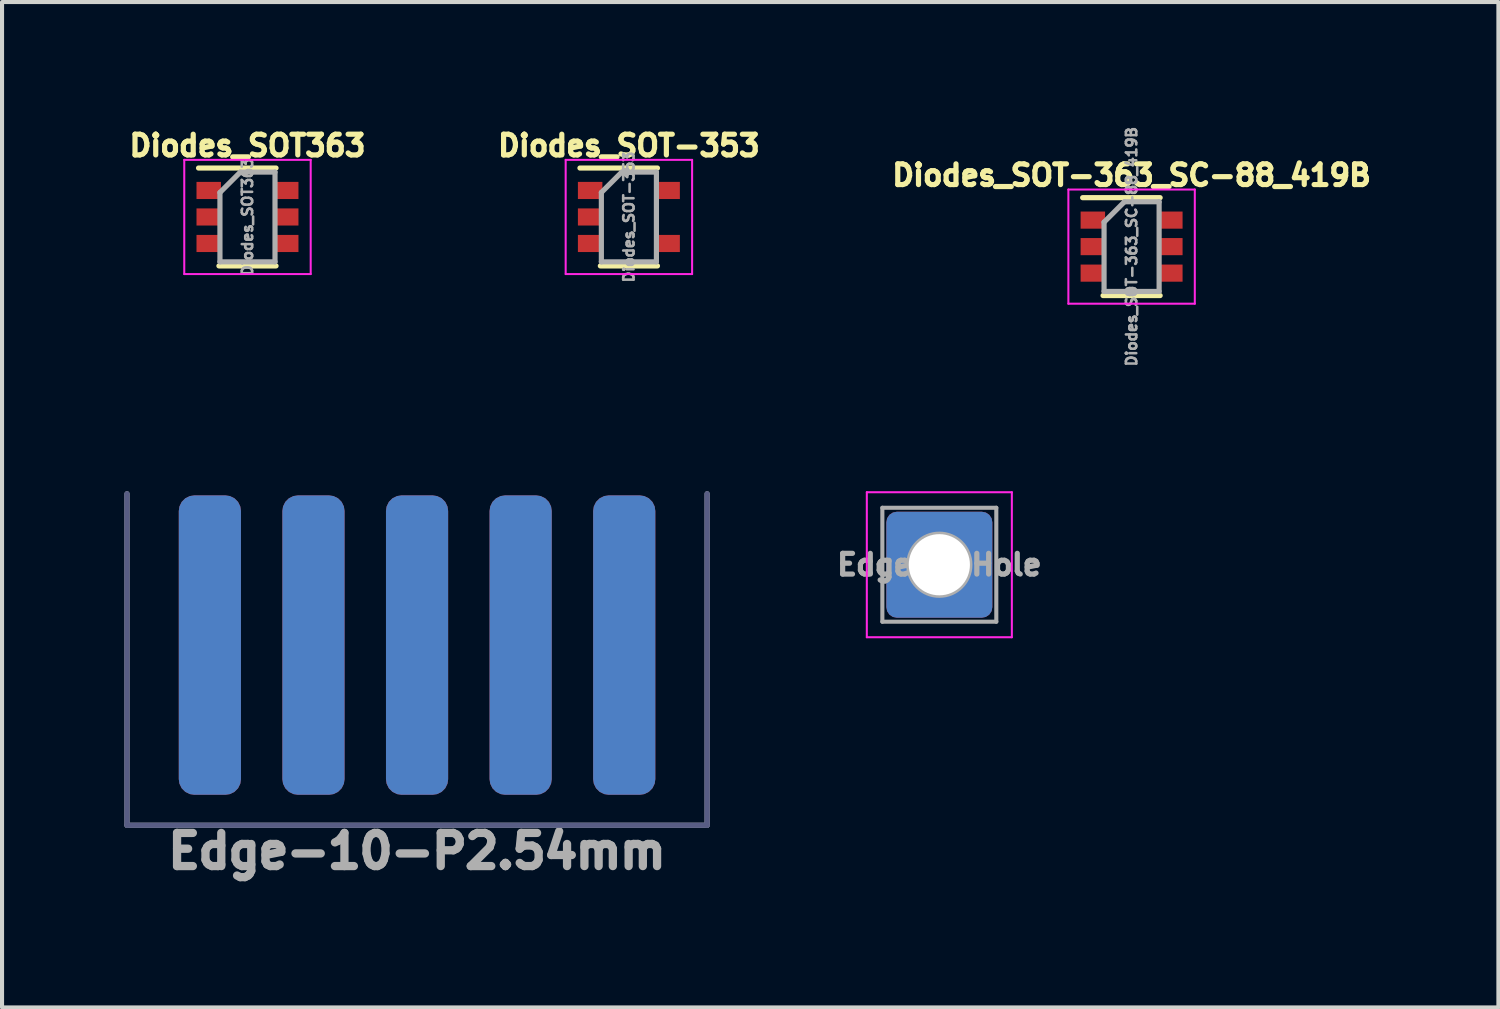
<source format=kicad_pcb>
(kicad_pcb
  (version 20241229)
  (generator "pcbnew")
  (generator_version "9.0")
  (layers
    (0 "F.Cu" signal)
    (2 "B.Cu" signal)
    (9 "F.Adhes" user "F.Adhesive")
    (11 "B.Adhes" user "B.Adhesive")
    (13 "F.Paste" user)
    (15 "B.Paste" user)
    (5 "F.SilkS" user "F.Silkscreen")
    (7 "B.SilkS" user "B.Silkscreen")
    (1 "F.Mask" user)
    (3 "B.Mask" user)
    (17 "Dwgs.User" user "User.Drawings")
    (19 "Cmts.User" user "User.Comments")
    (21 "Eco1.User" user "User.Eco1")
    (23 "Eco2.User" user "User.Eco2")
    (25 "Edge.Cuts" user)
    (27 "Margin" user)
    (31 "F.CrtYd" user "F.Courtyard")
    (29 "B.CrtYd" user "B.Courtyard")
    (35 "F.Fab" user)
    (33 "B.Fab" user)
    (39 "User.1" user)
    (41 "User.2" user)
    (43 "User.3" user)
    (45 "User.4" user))
  (footprint "EdgeClipHole"
    (layer "F.Cu")
    (at 19.982 10.797)
    (property "Reference" "EdgeClipHole" (at 0 0 180) (layer "F.Fab") (effects (font (size 0.508 0.508) (thickness 0.127) (bold yes))))
    (attr through_hole)
    (fp_line (start -1.778 -1.778) (end -1.778 1.778) (stroke (width 0.05) (type solid)) (layer "F.CrtYd"))
    (fp_line (start -1.778 1.778) (end 1.778 1.778) (stroke (width 0.05) (type solid)) (layer "F.CrtYd"))
    (fp_line (start 1.778 -1.778) (end -1.778 -1.778) (stroke (width 0.05) (type solid)) (layer "F.CrtYd"))
    (fp_line (start 1.778 1.778) (end 1.778 -1.778) (stroke (width 0.05) (type solid)) (layer "F.CrtYd"))
    (fp_line (start -1.397 -1.397) (end 1.397 -1.397) (stroke (width 0.1) (type solid)) (layer "F.Fab"))
    (fp_line (start -1.397 1.397) (end -1.397 -1.397) (stroke (width 0.1) (type solid)) (layer "F.Fab"))
    (fp_line (start 1.397 -1.397) (end 1.397 1.397) (stroke (width 0.1) (type solid)) (layer "F.Fab"))
    (fp_line (start 1.397 1.397) (end -1.397 1.397) (stroke (width 0.1) (type solid)) (layer "F.Fab"))
    (fp_circle (center 0 0) (end 0.762 0) (stroke (width 0.1) (type default)) (fill no) (layer "F.Fab"))
    (pad "1" thru_hole roundrect (at 0 0) (size 2.6 2.6) (drill 1.5) (layers "*.Cu" "*.Mask") (roundrect_rratio 0.1)))
  (footprint "Diodes_SOT363"
    (layer "F.Cu")
    (at 3.018 2.27)
    (property "Reference" "Diodes_SOT363" (at 0 -1.75 0) (layer "F.SilkS") (effects (font (size 0.508 0.508) (thickness 0.127))))
    (attr smd)
    (fp_line (start -0.7 1.2) (end 0.7 1.2) (stroke (width 0.127) (type solid)) (layer "F.SilkS"))
    (fp_line (start 0.7 -1.2) (end -1.2 -1.2) (stroke (width 0.127) (type solid)) (layer "F.SilkS"))
    (fp_line (start -1.55 -1.4) (end -1.55 1.4) (stroke (width 0.05) (type solid)) (layer "F.CrtYd"))
    (fp_line (start -1.55 -1.4) (end 1.55 -1.4) (stroke (width 0.05) (type solid)) (layer "F.CrtYd"))
    (fp_line (start -1.55 1.4) (end 1.55 1.4) (stroke (width 0.05) (type solid)) (layer "F.CrtYd"))
    (fp_line (start 1.55 1.4) (end 1.55 -1.4) (stroke (width 0.05) (type solid)) (layer "F.CrtYd"))
    (fp_line (start -0.675 -0.6) (end -0.675 1.1) (stroke (width 0.127) (type solid)) (layer "F.Fab"))
    (fp_line (start -0.175 -1.1) (end -0.675 -0.6) (stroke (width 0.127) (type solid)) (layer "F.Fab"))
    (fp_line (start 0.675 -1.1) (end -0.175 -1.1) (stroke (width 0.127) (type solid)) (layer "F.Fab"))
    (fp_line (start 0.675 -1.1) (end 0.675 1.1) (stroke (width 0.127) (type solid)) (layer "F.Fab"))
    (fp_line (start 0.675 1.1) (end -0.675 1.1) (stroke (width 0.127) (type solid)) (layer "F.Fab"))
    (fp_text user "${REFERENCE}" (at 0 0 90) (layer "F.Fab") (effects (font (size 0.254 0.254) (thickness 0.064))))
    (pad "1" smd rect (at -0.95 -0.65) (size 0.6 0.42) (layers "F.Cu" "F.Mask" "F.Paste"))
    (pad "2" smd rect (at -0.95 0) (size 0.6 0.42) (layers "F.Cu" "F.Mask" "F.Paste"))
    (pad "3" smd rect (at -0.95 0.65) (size 0.6 0.42) (layers "F.Cu" "F.Mask" "F.Paste"))
    (pad "4" smd rect (at 0.95 0.65) (size 0.6 0.42) (layers "F.Cu" "F.Mask" "F.Paste"))
    (pad "5" smd rect (at 0.95 0) (size 0.6 0.42) (layers "F.Cu" "F.Mask" "F.Paste"))
    (pad "6" smd rect (at 0.95 -0.65) (size 0.6 0.42) (layers "F.Cu" "F.Mask" "F.Paste")))
  (footprint "Edge-10-P2.54mm"
    (layer "F.Cu")
    (at 7.176 12.867)
    (property "Reference" "Edge-10-P2.54mm" (at 0 4.953 0) (layer "F.Fab") (effects (font (size 0.813 0.813) (thickness 0.203))))
    (attr exclude_from_pos_files exclude_from_bom)
    (fp_line (start -7.112 4.318) (end -7.112 -3.81) (stroke (width 0.127) (type solid)) (layer "B.Fab"))
    (fp_line (start 7.112 -3.81) (end 7.112 4.318) (stroke (width 0.127) (type solid)) (layer "B.Fab"))
    (fp_line (start 7.112 4.318) (end -7.112 4.318) (stroke (width 0.127) (type solid)) (layer "B.Fab"))
    (fp_line (start -7.112 4.318) (end -7.112 -3.81) (stroke (width 0.127) (type solid)) (layer "F.Fab"))
    (fp_line (start 7.112 -3.81) (end 7.112 4.318) (stroke (width 0.127) (type solid)) (layer "F.Fab"))
    (fp_line (start 7.112 4.318) (end -7.112 4.318) (stroke (width 0.127) (type solid)) (layer "F.Fab"))
    (pad "1" smd roundrect (at 5.08 -0.1) (size 1.524 7.34) (layers "F.Cu" "F.Mask") (roundrect_rratio 0.25))
    (pad "2" smd roundrect (at 2.54 -0.1) (size 1.524 7.34) (layers "F.Cu" "F.Mask") (roundrect_rratio 0.25))
    (pad "3" smd roundrect (at 0 -0.1) (size 1.524 7.34) (layers "F.Cu" "F.Mask") (roundrect_rratio 0.25))
    (pad "4" smd roundrect (at -2.54 -0.1) (size 1.524 7.34) (layers "F.Cu" "F.Mask") (roundrect_rratio 0.25))
    (pad "5" smd roundrect (at -5.08 -0.1) (size 1.524 7.34) (layers "F.Cu" "F.Mask") (roundrect_rratio 0.25))
    (pad "6" smd roundrect (at -5.08 -0.1) (size 1.524 7.34) (layers "B.Cu" "B.Mask") (roundrect_rratio 0.25))
    (pad "7" smd roundrect (at -2.54 -0.1) (size 1.524 7.34) (layers "B.Cu" "B.Mask") (roundrect_rratio 0.25))
    (pad "8" smd roundrect (at 0 -0.1) (size 1.524 7.34) (layers "B.Cu" "B.Mask") (roundrect_rratio 0.25))
    (pad "9" smd roundrect (at 2.54 -0.1) (size 1.524 7.34) (layers "B.Cu" "B.Mask") (roundrect_rratio 0.25))
    (pad "10" smd roundrect (at 5.08 -0.1) (size 1.524 7.34) (layers "B.Cu" "B.Mask") (roundrect_rratio 0.25)))
  (footprint "Diodes_SOT-363_SC-88_419B"
    (layer "F.Cu")
    (at 24.696 2.997)
    (property "Reference" "Diodes_SOT-363_SC-88_419B" (at 0 -1.75 0) (layer "F.SilkS") (effects (font (size 0.508 0.508) (thickness 0.127))))
    (attr smd)
    (fp_line (start -0.7 1.2) (end 0.7 1.2) (stroke (width 0.127) (type solid)) (layer "F.SilkS"))
    (fp_line (start 0.7 -1.2) (end -1.2 -1.2) (stroke (width 0.127) (type solid)) (layer "F.SilkS"))
    (fp_line (start -1.55 -1.4) (end -1.55 1.4) (stroke (width 0.05) (type solid)) (layer "F.CrtYd"))
    (fp_line (start -1.55 -1.4) (end 1.55 -1.4) (stroke (width 0.05) (type solid)) (layer "F.CrtYd"))
    (fp_line (start -1.55 1.4) (end 1.55 1.4) (stroke (width 0.05) (type solid)) (layer "F.CrtYd"))
    (fp_line (start 1.55 1.4) (end 1.55 -1.4) (stroke (width 0.05) (type solid)) (layer "F.CrtYd"))
    (fp_line (start -0.675 -0.6) (end -0.675 1.1) (stroke (width 0.127) (type solid)) (layer "F.Fab"))
    (fp_line (start -0.175 -1.1) (end -0.675 -0.6) (stroke (width 0.127) (type solid)) (layer "F.Fab"))
    (fp_line (start 0.675 -1.1) (end -0.175 -1.1) (stroke (width 0.127) (type solid)) (layer "F.Fab"))
    (fp_line (start 0.675 -1.1) (end 0.675 1.1) (stroke (width 0.127) (type solid)) (layer "F.Fab"))
    (fp_line (start 0.675 1.1) (end -0.675 1.1) (stroke (width 0.127) (type solid)) (layer "F.Fab"))
    (fp_text user "${REFERENCE}" (at 0 0 90) (layer "F.Fab") (effects (font (size 0.254 0.254) (thickness 0.064))))
    (pad "1" smd rect (at -0.95 -0.65) (size 0.6 0.42) (layers "F.Cu" "F.Mask" "F.Paste"))
    (pad "2" smd rect (at -0.95 0) (size 0.6 0.42) (layers "F.Cu" "F.Mask" "F.Paste"))
    (pad "3" smd rect (at -0.95 0.65) (size 0.6 0.42) (layers "F.Cu" "F.Mask" "F.Paste"))
    (pad "4" smd rect (at 0.95 0.65) (size 0.6 0.42) (layers "F.Cu" "F.Mask" "F.Paste"))
    (pad "5" smd rect (at 0.95 0) (size 0.6 0.42) (layers "F.Cu" "F.Mask" "F.Paste"))
    (pad "6" smd rect (at 0.95 -0.65) (size 0.6 0.42) (layers "F.Cu" "F.Mask" "F.Paste")))
  (footprint "Diodes_SOT-353"
    (layer "F.Cu")
    (at 12.37 2.27)
    (property "Reference" "Diodes_SOT-353" (at 0 -1.75 0) (layer "F.SilkS") (effects (font (size 0.508 0.508) (thickness 0.127))))
    (attr smd)
    (fp_line (start -0.7 1.2) (end 0.7 1.2) (stroke (width 0.127) (type solid)) (layer "F.SilkS"))
    (fp_line (start 0.7 -1.2) (end -1.2 -1.2) (stroke (width 0.127) (type solid)) (layer "F.SilkS"))
    (fp_line (start -1.55 -1.4) (end -1.55 1.4) (stroke (width 0.05) (type solid)) (layer "F.CrtYd"))
    (fp_line (start -1.55 -1.4) (end 1.55 -1.4) (stroke (width 0.05) (type solid)) (layer "F.CrtYd"))
    (fp_line (start -1.55 1.4) (end 1.55 1.4) (stroke (width 0.05) (type solid)) (layer "F.CrtYd"))
    (fp_line (start 1.55 1.4) (end 1.55 -1.4) (stroke (width 0.05) (type solid)) (layer "F.CrtYd"))
    (fp_line (start -0.675 -0.6) (end -0.675 1.1) (stroke (width 0.127) (type solid)) (layer "F.Fab"))
    (fp_line (start -0.175 -1.1) (end -0.675 -0.6) (stroke (width 0.127) (type solid)) (layer "F.Fab"))
    (fp_line (start 0.675 -1.1) (end -0.175 -1.1) (stroke (width 0.127) (type solid)) (layer "F.Fab"))
    (fp_line (start 0.675 -1.1) (end 0.675 1.1) (stroke (width 0.127) (type solid)) (layer "F.Fab"))
    (fp_line (start 0.675 1.1) (end -0.675 1.1) (stroke (width 0.127) (type solid)) (layer "F.Fab"))
    (fp_text user "${REFERENCE}" (at 0 0 90) (layer "F.Fab") (effects (font (size 0.254 0.254) (thickness 0.064))))
    (pad "1" smd rect (at -0.95 -0.65) (size 0.6 0.42) (layers "F.Cu" "F.Mask" "F.Paste"))
    (pad "2" smd rect (at -0.95 0) (size 0.6 0.42) (layers "F.Cu" "F.Mask" "F.Paste"))
    (pad "3" smd rect (at -0.95 0.65) (size 0.6 0.42) (layers "F.Cu" "F.Mask" "F.Paste"))
    (pad "4" smd rect (at 0.95 0.65) (size 0.6 0.42) (layers "F.Cu" "F.Mask" "F.Paste"))
    (pad "5" smd rect (at 0.95 -0.65) (size 0.6 0.42) (layers "F.Cu" "F.Mask" "F.Paste")))
  (gr_rect
    (start -3 -3)
    (end 33.69 21.652)
    (stroke (width 0.1) (type default))
    (fill no)
    (layer "Edge.Cuts")))
</source>
